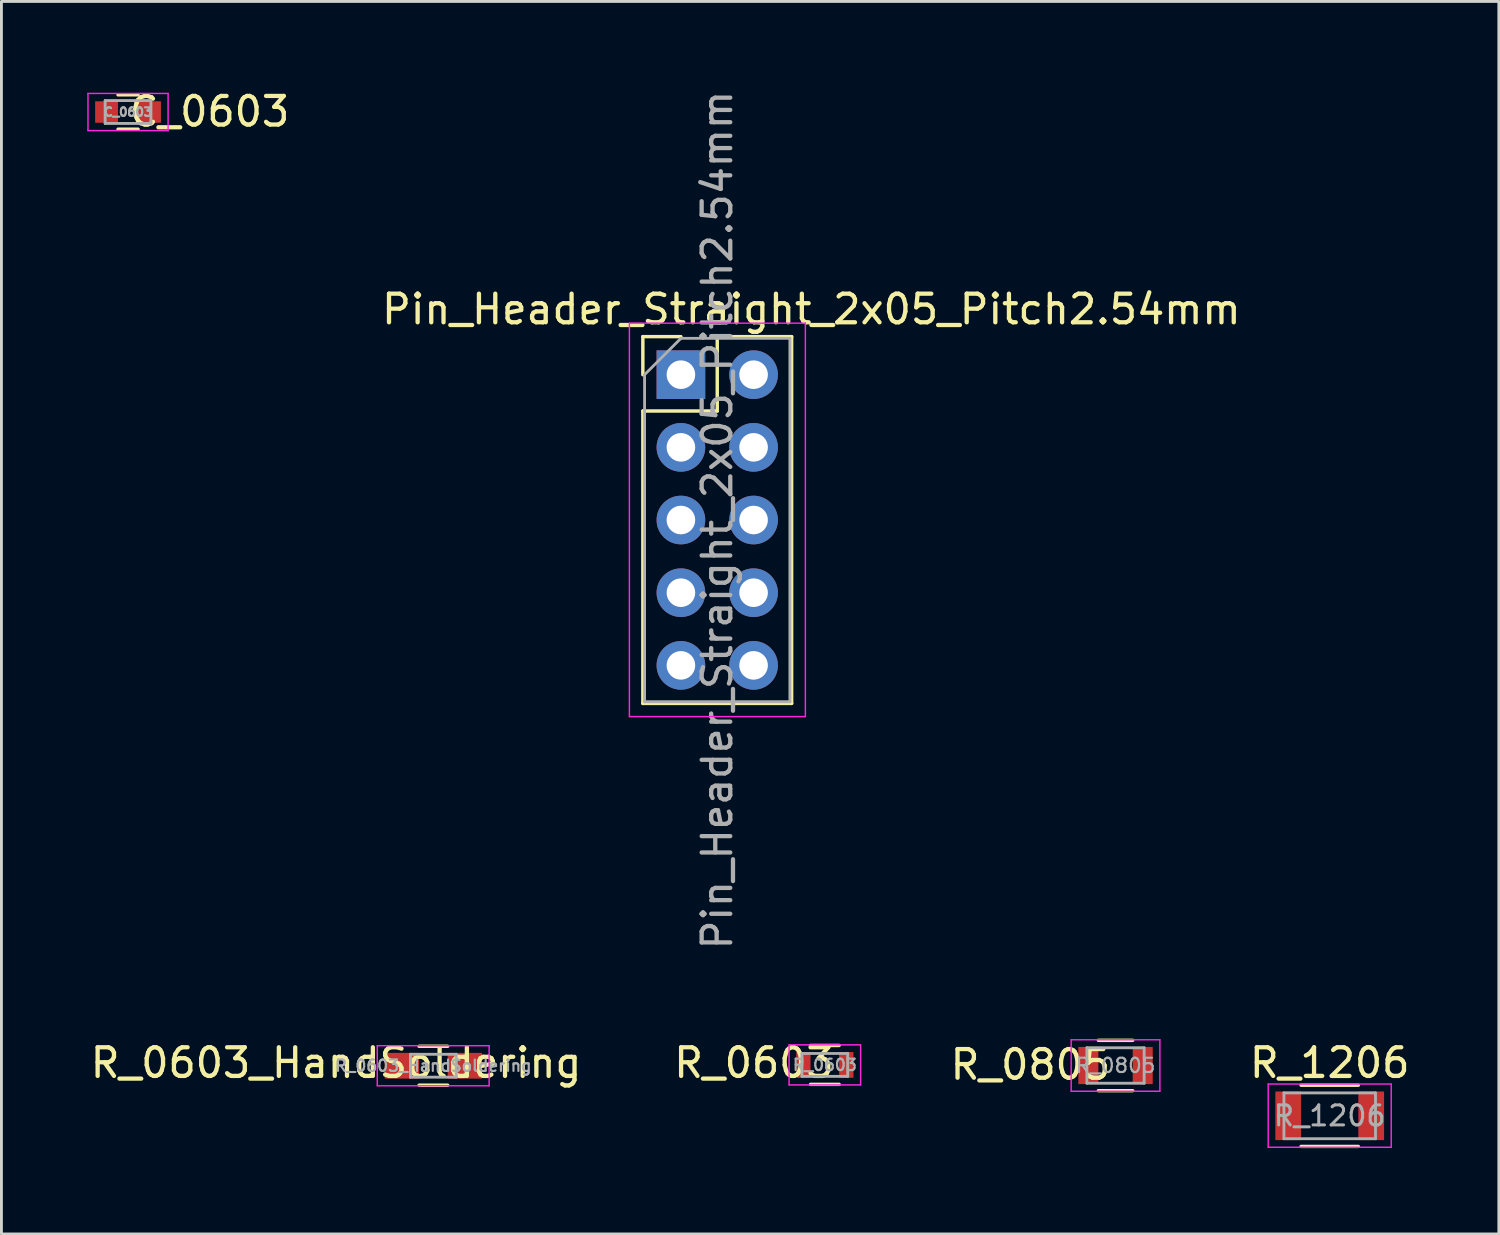
<source format=kicad_pcb>
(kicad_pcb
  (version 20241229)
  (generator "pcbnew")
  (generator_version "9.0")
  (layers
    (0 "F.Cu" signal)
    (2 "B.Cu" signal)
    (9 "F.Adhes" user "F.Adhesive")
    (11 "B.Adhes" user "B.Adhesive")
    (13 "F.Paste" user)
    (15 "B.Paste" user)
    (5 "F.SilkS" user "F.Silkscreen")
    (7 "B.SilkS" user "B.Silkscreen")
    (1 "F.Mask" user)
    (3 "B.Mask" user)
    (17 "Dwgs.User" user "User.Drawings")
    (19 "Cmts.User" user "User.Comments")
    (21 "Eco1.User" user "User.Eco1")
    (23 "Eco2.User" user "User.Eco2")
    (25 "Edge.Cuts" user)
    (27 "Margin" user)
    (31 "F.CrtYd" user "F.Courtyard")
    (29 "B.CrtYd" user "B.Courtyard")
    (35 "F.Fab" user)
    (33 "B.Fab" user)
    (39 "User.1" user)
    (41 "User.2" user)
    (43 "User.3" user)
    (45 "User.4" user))
  (footprint "Pin_Header_Straight_2x05_Pitch2.54mm"
    (layer "F.Cu")
    (at 20.748 10.045)
    (property "Reference" "Pin_Header_Straight_2x05_Pitch2.54mm" (at 4.56 -2.286 0) (layer "F.SilkS") (effects (font (size 1 1) (thickness 0.15))))
    (attr through_hole)
    (fp_line (start -1.33 -1.33) (end 0 -1.33) (stroke (width 0.12) (type solid)) (layer "F.SilkS"))
    (fp_line (start -1.33 0) (end -1.33 -1.33) (stroke (width 0.12) (type solid)) (layer "F.SilkS"))
    (fp_line (start -1.33 1.27) (end -1.33 11.49) (stroke (width 0.12) (type solid)) (layer "F.SilkS"))
    (fp_line (start -1.33 1.27) (end 1.27 1.27) (stroke (width 0.12) (type solid)) (layer "F.SilkS"))
    (fp_line (start -1.33 11.49) (end 3.87 11.49) (stroke (width 0.12) (type solid)) (layer "F.SilkS"))
    (fp_line (start 1.27 -1.33) (end 3.87 -1.33) (stroke (width 0.12) (type solid)) (layer "F.SilkS"))
    (fp_line (start 1.27 1.27) (end 1.27 -1.33) (stroke (width 0.12) (type solid)) (layer "F.SilkS"))
    (fp_line (start 3.87 -1.33) (end 3.87 11.49) (stroke (width 0.12) (type solid)) (layer "F.SilkS"))
    (fp_line (start -1.8 -1.8) (end -1.8 11.95) (stroke (width 0.05) (type solid)) (layer "F.CrtYd"))
    (fp_line (start -1.8 11.95) (end 4.35 11.95) (stroke (width 0.05) (type solid)) (layer "F.CrtYd"))
    (fp_line (start 4.35 -1.8) (end -1.8 -1.8) (stroke (width 0.05) (type solid)) (layer "F.CrtYd"))
    (fp_line (start 4.35 11.95) (end 4.35 -1.8) (stroke (width 0.05) (type solid)) (layer "F.CrtYd"))
    (fp_line (start -1.27 0) (end 0 -1.27) (stroke (width 0.1) (type solid)) (layer "F.Fab"))
    (fp_line (start -1.27 11.43) (end -1.27 0) (stroke (width 0.1) (type solid)) (layer "F.Fab"))
    (fp_line (start 0 -1.27) (end 3.81 -1.27) (stroke (width 0.1) (type solid)) (layer "F.Fab"))
    (fp_line (start 3.81 -1.27) (end 3.81 11.43) (stroke (width 0.1) (type solid)) (layer "F.Fab"))
    (fp_line (start 3.81 11.43) (end -1.27 11.43) (stroke (width 0.1) (type solid)) (layer "F.Fab"))
    (fp_text user "${REFERENCE}" (at 1.27 5.08 90) (layer "F.Fab") (effects (font (size 1 1) (thickness 0.15))))
    (pad "1" thru_hole rect (at 0 0) (size 1.7 1.7) (drill 1) (layers "*.Cu" "*.Mask"))
    (pad "2" thru_hole oval (at 2.54 0) (size 1.7 1.7) (drill 1) (layers "*.Cu" "*.Mask"))
    (pad "3" thru_hole oval (at 0 2.54) (size 1.7 1.7) (drill 1) (layers "*.Cu" "*.Mask"))
    (pad "4" thru_hole oval (at 2.54 2.54) (size 1.7 1.7) (drill 1) (layers "*.Cu" "*.Mask"))
    (pad "5" thru_hole oval (at 0 5.08) (size 1.7 1.7) (drill 1) (layers "*.Cu" "*.Mask"))
    (pad "6" thru_hole oval (at 2.54 5.08) (size 1.7 1.7) (drill 1) (layers "*.Cu" "*.Mask"))
    (pad "7" thru_hole oval (at 0 7.62) (size 1.7 1.7) (drill 1) (layers "*.Cu" "*.Mask"))
    (pad "8" thru_hole oval (at 2.54 7.62) (size 1.7 1.7) (drill 1) (layers "*.Cu" "*.Mask"))
    (pad "9" thru_hole oval (at 0 10.16) (size 1.7 1.7) (drill 1) (layers "*.Cu" "*.Mask"))
    (pad "10" thru_hole oval (at 2.54 10.16) (size 1.7 1.7) (drill 1) (layers "*.Cu" "*.Mask")))
  (footprint "R_1206"
    (placed yes)
    (layer "F.Cu")
    (at 43.424 35.948)
    (property "Reference" "R_1206" (at 0 -1.85 0) (layer "F.SilkS") (effects (font (size 1 1) (thickness 0.15))))
    (attr smd)
    (fp_line (start -1 -1.07) (end 1 -1.07) (stroke (width 0.12) (type solid)) (layer "F.SilkS"))
    (fp_line (start 1 1.07) (end -1 1.07) (stroke (width 0.12) (type solid)) (layer "F.SilkS"))
    (fp_line (start -2.15 -1.11) (end -2.15 1.1) (stroke (width 0.05) (type solid)) (layer "F.CrtYd"))
    (fp_line (start -2.15 -1.11) (end 2.15 -1.11) (stroke (width 0.05) (type solid)) (layer "F.CrtYd"))
    (fp_line (start 2.15 1.1) (end -2.15 1.1) (stroke (width 0.05) (type solid)) (layer "F.CrtYd"))
    (fp_line (start 2.15 1.1) (end 2.15 -1.11) (stroke (width 0.05) (type solid)) (layer "F.CrtYd"))
    (fp_line (start -1.6 -0.8) (end 1.6 -0.8) (stroke (width 0.1) (type solid)) (layer "F.Fab"))
    (fp_line (start -1.6 0.8) (end -1.6 -0.8) (stroke (width 0.1) (type solid)) (layer "F.Fab"))
    (fp_line (start 1.6 -0.8) (end 1.6 0.8) (stroke (width 0.1) (type solid)) (layer "F.Fab"))
    (fp_line (start 1.6 0.8) (end -1.6 0.8) (stroke (width 0.1) (type solid)) (layer "F.Fab"))
    (fp_text user "${REFERENCE}" (at 0 0 0) (layer "F.Fab") (effects (font (size 0.7 0.7) (thickness 0.105))))
    (pad "1" smd rect (at -1.45 0) (size 0.9 1.7) (layers "F.Cu" "F.Mask" "F.Paste"))
    (pad "2" smd rect (at 1.45 0) (size 0.9 1.7) (layers "F.Cu" "F.Mask" "F.Paste")))
  (footprint "R_0603_HandSoldering"
    (layer "F.Cu")
    (at 12.096 34.198)
    (property "Reference" "R_0603_HandSoldering" (at -3.4 -0.1 0) (layer "F.SilkS") (effects (font (size 1 1) (thickness 0.15))))
    (attr smd)
    (fp_line (start -0.5 -0.68) (end 0.5 -0.68) (stroke (width 0.12) (type solid)) (layer "F.SilkS"))
    (fp_line (start 0.5 0.68) (end -0.5 0.68) (stroke (width 0.12) (type solid)) (layer "F.SilkS"))
    (fp_line (start -1.96 -0.7) (end -1.96 0.7) (stroke (width 0.05) (type solid)) (layer "F.CrtYd"))
    (fp_line (start -1.96 -0.7) (end 1.95 -0.7) (stroke (width 0.05) (type solid)) (layer "F.CrtYd"))
    (fp_line (start 1.95 0.7) (end -1.96 0.7) (stroke (width 0.05) (type solid)) (layer "F.CrtYd"))
    (fp_line (start 1.95 0.7) (end 1.95 -0.7) (stroke (width 0.05) (type solid)) (layer "F.CrtYd"))
    (fp_line (start -0.8 -0.4) (end 0.8 -0.4) (stroke (width 0.1) (type solid)) (layer "F.Fab"))
    (fp_line (start -0.8 0.4) (end -0.8 -0.4) (stroke (width 0.1) (type solid)) (layer "F.Fab"))
    (fp_line (start 0.8 -0.4) (end 0.8 0.4) (stroke (width 0.1) (type solid)) (layer "F.Fab"))
    (fp_line (start 0.8 0.4) (end -0.8 0.4) (stroke (width 0.1) (type solid)) (layer "F.Fab"))
    (fp_text user "${REFERENCE}" (at 0 0 0) (layer "F.Fab") (effects (font (size 0.4 0.4) (thickness 0.075))))
    (pad "1" smd rect (at -1.1 0) (size 1.2 0.9) (layers "F.Cu" "F.Mask" "F.Paste"))
    (pad "2" smd rect (at 1.1 0) (size 1.2 0.9) (layers "F.Cu" "F.Mask" "F.Paste")))
  (footprint "C_0603"
    (layer "F.Cu")
    (at 1.425 0.865)
    (property "Reference" "C_0603" (at 2.847 -0.017 0) (layer "F.SilkS") (effects (font (size 1 1) (thickness 0.15))))
    (attr smd)
    (fp_line (start -0.35 -0.6) (end 0.35 -0.6) (stroke (width 0.12) (type solid)) (layer "F.SilkS"))
    (fp_line (start 0.35 0.6) (end -0.35 0.6) (stroke (width 0.12) (type solid)) (layer "F.SilkS"))
    (fp_line (start -1.4 -0.65) (end -1.4 0.65) (stroke (width 0.05) (type solid)) (layer "F.CrtYd"))
    (fp_line (start -1.4 -0.65) (end 1.4 -0.65) (stroke (width 0.05) (type solid)) (layer "F.CrtYd"))
    (fp_line (start 1.4 0.65) (end -1.4 0.65) (stroke (width 0.05) (type solid)) (layer "F.CrtYd"))
    (fp_line (start 1.4 0.65) (end 1.4 -0.65) (stroke (width 0.05) (type solid)) (layer "F.CrtYd"))
    (fp_line (start -0.8 -0.4) (end 0.8 -0.4) (stroke (width 0.1) (type solid)) (layer "F.Fab"))
    (fp_line (start -0.8 0.4) (end -0.8 -0.4) (stroke (width 0.1) (type solid)) (layer "F.Fab"))
    (fp_line (start 0.8 -0.4) (end 0.8 0.4) (stroke (width 0.1) (type solid)) (layer "F.Fab"))
    (fp_line (start 0.8 0.4) (end -0.8 0.4) (stroke (width 0.1) (type solid)) (layer "F.Fab"))
    (fp_text user "${REFERENCE}" (at 0 0 0) (layer "F.Fab") (effects (font (size 0.3 0.3) (thickness 0.075))))
    (pad "1" smd rect (at -0.75 0) (size 0.8 0.75) (layers "F.Cu" "F.Mask" "F.Paste"))
    (pad "2" smd rect (at 0.75 0) (size 0.8 0.75) (layers "F.Cu" "F.Mask" "F.Paste")))
  (footprint "R_0805"
    (layer "F.Cu")
    (at 35.938 34.19)
    (property "Reference" "R_0805" (at -2.974 -0.029 0) (layer "F.SilkS") (effects (font (size 1 1) (thickness 0.15))))
    (attr smd)
    (fp_line (start -0.6 -0.88) (end 0.6 -0.88) (stroke (width 0.12) (type solid)) (layer "F.SilkS"))
    (fp_line (start 0.6 0.88) (end -0.6 0.88) (stroke (width 0.12) (type solid)) (layer "F.SilkS"))
    (fp_line (start -1.55 -0.9) (end -1.55 0.9) (stroke (width 0.05) (type solid)) (layer "F.CrtYd"))
    (fp_line (start -1.55 -0.9) (end 1.55 -0.9) (stroke (width 0.05) (type solid)) (layer "F.CrtYd"))
    (fp_line (start 1.55 0.9) (end -1.55 0.9) (stroke (width 0.05) (type solid)) (layer "F.CrtYd"))
    (fp_line (start 1.55 0.9) (end 1.55 -0.9) (stroke (width 0.05) (type solid)) (layer "F.CrtYd"))
    (fp_line (start -1 -0.62) (end 1 -0.62) (stroke (width 0.1) (type solid)) (layer "F.Fab"))
    (fp_line (start -1 0.62) (end -1 -0.62) (stroke (width 0.1) (type solid)) (layer "F.Fab"))
    (fp_line (start 1 -0.62) (end 1 0.62) (stroke (width 0.1) (type solid)) (layer "F.Fab"))
    (fp_line (start 1 0.62) (end -1 0.62) (stroke (width 0.1) (type solid)) (layer "F.Fab"))
    (fp_text user "${REFERENCE}" (at 0 0 0) (layer "F.Fab") (effects (font (size 0.5 0.5) (thickness 0.075))))
    (pad "1" smd rect (at -0.95 0) (size 0.7 1.3) (layers "F.Cu" "F.Mask" "F.Paste"))
    (pad "2" smd rect (at 0.95 0) (size 0.7 1.3) (layers "F.Cu" "F.Mask" "F.Paste")))
  (footprint "R_0603"
    (layer "F.Cu")
    (at 25.778 34.169)
    (property "Reference" "R_0603" (at -2.475 -0.071 0) (layer "F.SilkS") (effects (font (size 1 1) (thickness 0.15))))
    (attr smd)
    (fp_line (start -0.5 -0.68) (end 0.5 -0.68) (stroke (width 0.12) (type solid)) (layer "F.SilkS"))
    (fp_line (start 0.5 0.68) (end -0.5 0.68) (stroke (width 0.12) (type solid)) (layer "F.SilkS"))
    (fp_line (start -1.25 -0.7) (end -1.25 0.7) (stroke (width 0.05) (type solid)) (layer "F.CrtYd"))
    (fp_line (start -1.25 -0.7) (end 1.25 -0.7) (stroke (width 0.05) (type solid)) (layer "F.CrtYd"))
    (fp_line (start 1.25 0.7) (end -1.25 0.7) (stroke (width 0.05) (type solid)) (layer "F.CrtYd"))
    (fp_line (start 1.25 0.7) (end 1.25 -0.7) (stroke (width 0.05) (type solid)) (layer "F.CrtYd"))
    (fp_line (start -0.8 -0.4) (end 0.8 -0.4) (stroke (width 0.1) (type solid)) (layer "F.Fab"))
    (fp_line (start -0.8 0.4) (end -0.8 -0.4) (stroke (width 0.1) (type solid)) (layer "F.Fab"))
    (fp_line (start 0.8 -0.4) (end 0.8 0.4) (stroke (width 0.1) (type solid)) (layer "F.Fab"))
    (fp_line (start 0.8 0.4) (end -0.8 0.4) (stroke (width 0.1) (type solid)) (layer "F.Fab"))
    (fp_text user "${REFERENCE}" (at 0 0 0) (layer "F.Fab") (effects (font (size 0.4 0.4) (thickness 0.075))))
    (pad "1" smd rect (at -0.75 0) (size 0.5 0.9) (layers "F.Cu" "F.Mask" "F.Paste"))
    (pad "2" smd rect (at 0.75 0) (size 0.5 0.9) (layers "F.Cu" "F.Mask" "F.Paste")))
  (gr_rect
    (start -3 -3)
    (end 49.335 40.078)
    (stroke (width 0.1) (type default))
    (fill no)
    (layer "Edge.Cuts")))
</source>
